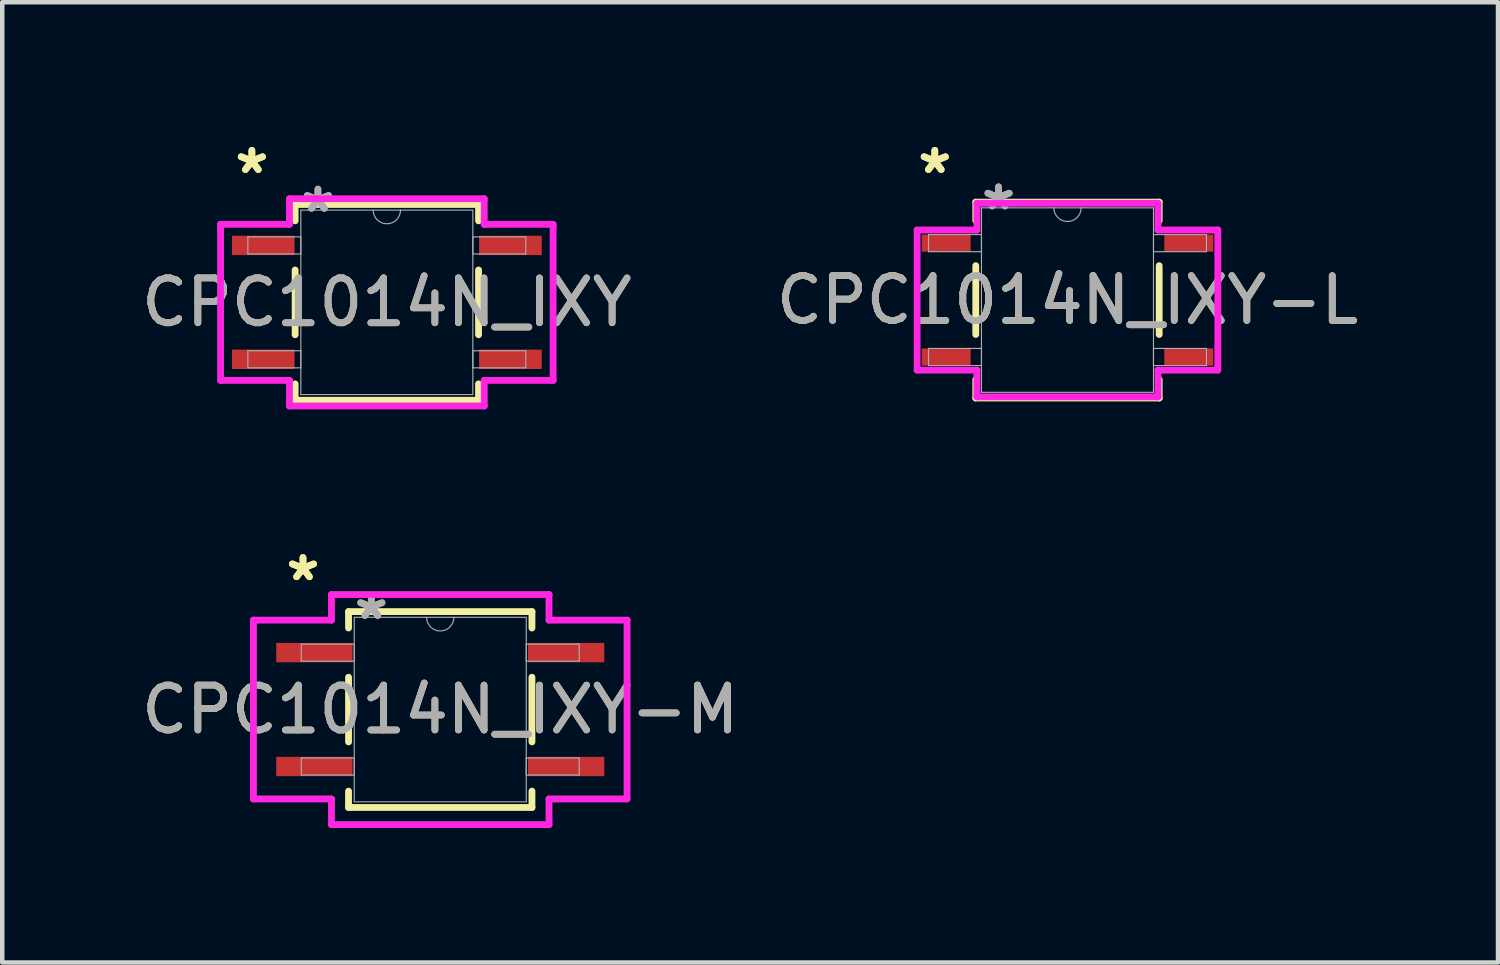
<source format=kicad_pcb>
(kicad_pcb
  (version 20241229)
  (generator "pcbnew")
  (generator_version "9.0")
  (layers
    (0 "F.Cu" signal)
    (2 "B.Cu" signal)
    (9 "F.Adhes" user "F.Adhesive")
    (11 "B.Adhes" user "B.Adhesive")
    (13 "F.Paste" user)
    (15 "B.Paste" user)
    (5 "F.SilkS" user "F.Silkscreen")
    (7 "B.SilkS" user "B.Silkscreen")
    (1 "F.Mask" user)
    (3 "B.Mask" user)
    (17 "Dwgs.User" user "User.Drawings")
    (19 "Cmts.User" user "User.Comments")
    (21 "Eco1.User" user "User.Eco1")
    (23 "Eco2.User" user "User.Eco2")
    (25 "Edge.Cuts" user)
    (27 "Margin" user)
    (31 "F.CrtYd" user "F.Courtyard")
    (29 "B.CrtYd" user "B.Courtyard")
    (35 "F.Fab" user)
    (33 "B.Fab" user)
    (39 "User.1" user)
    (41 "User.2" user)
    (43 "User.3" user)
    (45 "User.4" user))
  (footprint "CPC1014N_IXY"
    (layer "F.Cu")
    (at 5.577 3.693)
    (property "Reference" "CPC1014N_IXY" (at 0 0 0) (unlocked yes) (layer "F.SilkS") (effects (font (size 1 1) (thickness 0.15))))
    (attr smd)
    (fp_line (start -2.045 -2.184) (end -2.045 -1.818) (stroke (width 0.152) (type solid)) (layer "F.SilkS"))
    (fp_line (start -2.045 -0.722) (end -2.045 0.722) (stroke (width 0.152) (type solid)) (layer "F.SilkS"))
    (fp_line (start -2.045 1.818) (end -2.045 2.184) (stroke (width 0.152) (type solid)) (layer "F.SilkS"))
    (fp_line (start -2.045 2.184) (end 2.045 2.184) (stroke (width 0.152) (type solid)) (layer "F.SilkS"))
    (fp_line (start 2.045 -2.184) (end -2.045 -2.184) (stroke (width 0.152) (type solid)) (layer "F.SilkS"))
    (fp_line (start 2.045 -1.818) (end 2.045 -2.184) (stroke (width 0.152) (type solid)) (layer "F.SilkS"))
    (fp_line (start 2.045 0.722) (end 2.045 -0.722) (stroke (width 0.152) (type solid)) (layer "F.SilkS"))
    (fp_line (start 2.045 2.184) (end 2.045 1.818) (stroke (width 0.152) (type solid)) (layer "F.SilkS"))
    (fp_line (start -3.708 -1.74) (end -2.172 -1.74) (stroke (width 0.152) (type solid)) (layer "F.CrtYd"))
    (fp_line (start -3.708 1.74) (end -3.708 -1.74) (stroke (width 0.152) (type solid)) (layer "F.CrtYd"))
    (fp_line (start -3.708 1.74) (end -2.172 1.74) (stroke (width 0.152) (type solid)) (layer "F.CrtYd"))
    (fp_line (start -2.172 -2.311) (end 2.172 -2.311) (stroke (width 0.152) (type solid)) (layer "F.CrtYd"))
    (fp_line (start -2.172 -1.74) (end -2.172 -2.311) (stroke (width 0.152) (type solid)) (layer "F.CrtYd"))
    (fp_line (start -2.172 2.311) (end -2.172 1.74) (stroke (width 0.152) (type solid)) (layer "F.CrtYd"))
    (fp_line (start 2.172 -2.311) (end 2.172 -1.74) (stroke (width 0.152) (type solid)) (layer "F.CrtYd"))
    (fp_line (start 2.172 1.74) (end 2.172 2.311) (stroke (width 0.152) (type solid)) (layer "F.CrtYd"))
    (fp_line (start 2.172 2.311) (end -2.172 2.311) (stroke (width 0.152) (type solid)) (layer "F.CrtYd"))
    (fp_line (start 3.708 -1.74) (end 2.172 -1.74) (stroke (width 0.152) (type solid)) (layer "F.CrtYd"))
    (fp_line (start 3.708 -1.74) (end 3.708 1.74) (stroke (width 0.152) (type solid)) (layer "F.CrtYd"))
    (fp_line (start 3.708 1.74) (end 2.172 1.74) (stroke (width 0.152) (type solid)) (layer "F.CrtYd"))
    (fp_line (start -3.099 -1.46) (end -3.099 -1.079) (stroke (width 0.025) (type solid)) (layer "F.Fab"))
    (fp_line (start -3.099 -1.079) (end -1.918 -1.079) (stroke (width 0.025) (type solid)) (layer "F.Fab"))
    (fp_line (start -3.099 1.079) (end -3.099 1.46) (stroke (width 0.025) (type solid)) (layer "F.Fab"))
    (fp_line (start -3.099 1.46) (end -1.918 1.46) (stroke (width 0.025) (type solid)) (layer "F.Fab"))
    (fp_line (start -1.918 -2.057) (end -1.918 2.057) (stroke (width 0.025) (type solid)) (layer "F.Fab"))
    (fp_line (start -1.918 -1.46) (end -3.099 -1.46) (stroke (width 0.025) (type solid)) (layer "F.Fab"))
    (fp_line (start -1.918 -1.079) (end -1.918 -1.46) (stroke (width 0.025) (type solid)) (layer "F.Fab"))
    (fp_line (start -1.918 1.079) (end -3.099 1.079) (stroke (width 0.025) (type solid)) (layer "F.Fab"))
    (fp_line (start -1.918 1.46) (end -1.918 1.079) (stroke (width 0.025) (type solid)) (layer "F.Fab"))
    (fp_line (start -1.918 2.057) (end 1.918 2.057) (stroke (width 0.025) (type solid)) (layer "F.Fab"))
    (fp_line (start 1.918 -2.057) (end -1.918 -2.057) (stroke (width 0.025) (type solid)) (layer "F.Fab"))
    (fp_line (start 1.918 -1.46) (end 1.918 -1.079) (stroke (width 0.025) (type solid)) (layer "F.Fab"))
    (fp_line (start 1.918 -1.079) (end 3.099 -1.079) (stroke (width 0.025) (type solid)) (layer "F.Fab"))
    (fp_line (start 1.918 1.079) (end 1.918 1.46) (stroke (width 0.025) (type solid)) (layer "F.Fab"))
    (fp_line (start 1.918 1.46) (end 3.099 1.46) (stroke (width 0.025) (type solid)) (layer "F.Fab"))
    (fp_line (start 1.918 2.057) (end 1.918 -2.057) (stroke (width 0.025) (type solid)) (layer "F.Fab"))
    (fp_line (start 3.099 -1.46) (end 1.918 -1.46) (stroke (width 0.025) (type solid)) (layer "F.Fab"))
    (fp_line (start 3.099 -1.079) (end 3.099 -1.46) (stroke (width 0.025) (type solid)) (layer "F.Fab"))
    (fp_line (start 3.099 1.079) (end 1.918 1.079) (stroke (width 0.025) (type solid)) (layer "F.Fab"))
    (fp_line (start 3.099 1.46) (end 3.099 1.079) (stroke (width 0.025) (type solid)) (layer "F.Fab"))
    (fp_arc (start 0.3048 -2.0574) (mid 0 -1.7526) (end -0.3048 -2.0574) (stroke (width 0.0254) (type solid)) (layer "F.Fab"))
    (fp_text user "*" (at -3.01 -2.845 0) (unlocked yes) (layer "F.SilkS") (effects (font (size 1 1) (thickness 0.15))))
    (fp_text user "*" (at -3.01 -2.845 0) (layer "F.SilkS") (effects (font (size 1 1) (thickness 0.15))))
    (fp_text user "*" (at -1.537 -1.981 0) (unlocked yes) (layer "F.Fab") (effects (font (size 1 1) (thickness 0.15))))
    (fp_text user "${REFERENCE}" (at 0 0 0) (unlocked yes) (layer "F.Fab") (effects (font (size 1 1) (thickness 0.15))))
    (fp_text user "*" (at -1.537 -1.981 0) (layer "F.Fab") (effects (font (size 1 1) (thickness 0.15))))
    (pad "1" smd rect (at -2.756 -1.27) (size 1.397 0.432) (layers "F.Cu" "F.Mask" "F.Paste"))
    (pad "2" smd rect (at -2.756 1.27) (size 1.397 0.432) (layers "F.Cu" "F.Mask" "F.Paste"))
    (pad "3" smd rect (at 2.756 1.27) (size 1.397 0.432) (layers "F.Cu" "F.Mask" "F.Paste"))
    (pad "4" smd rect (at 2.756 -1.27) (size 1.397 0.432) (layers "F.Cu" "F.Mask" "F.Paste")))
  (footprint "CPC1014N_IXY-L"
    (layer "F.Cu")
    (at 20.756 3.642)
    (property "Reference" "CPC1014N_IXY-L" (at 0 0 0) (unlocked yes) (layer "F.SilkS") (effects (font (size 1 1) (thickness 0.15))))
    (attr smd)
    (fp_line (start -2.045 -2.184) (end -2.045 -1.773) (stroke (width 0.152) (type solid)) (layer "F.SilkS"))
    (fp_line (start -2.045 -0.767) (end -2.045 0.767) (stroke (width 0.152) (type solid)) (layer "F.SilkS"))
    (fp_line (start -2.045 1.773) (end -2.045 2.184) (stroke (width 0.152) (type solid)) (layer "F.SilkS"))
    (fp_line (start -2.045 2.184) (end 2.045 2.184) (stroke (width 0.152) (type solid)) (layer "F.SilkS"))
    (fp_line (start 2.045 -2.184) (end -2.045 -2.184) (stroke (width 0.152) (type solid)) (layer "F.SilkS"))
    (fp_line (start 2.045 -1.773) (end 2.045 -2.184) (stroke (width 0.152) (type solid)) (layer "F.SilkS"))
    (fp_line (start 2.045 0.767) (end 2.045 -0.767) (stroke (width 0.152) (type solid)) (layer "F.SilkS"))
    (fp_line (start 2.045 2.184) (end 2.045 1.773) (stroke (width 0.152) (type solid)) (layer "F.SilkS"))
    (fp_line (start -3.353 -1.562) (end -2.019 -1.562) (stroke (width 0.152) (type solid)) (layer "F.CrtYd"))
    (fp_line (start -3.353 1.562) (end -3.353 -1.562) (stroke (width 0.152) (type solid)) (layer "F.CrtYd"))
    (fp_line (start -3.353 1.562) (end -2.019 1.562) (stroke (width 0.152) (type solid)) (layer "F.CrtYd"))
    (fp_line (start -2.019 -2.159) (end 2.019 -2.159) (stroke (width 0.152) (type solid)) (layer "F.CrtYd"))
    (fp_line (start -2.019 -1.562) (end -2.019 -2.159) (stroke (width 0.152) (type solid)) (layer "F.CrtYd"))
    (fp_line (start -2.019 2.159) (end -2.019 1.562) (stroke (width 0.152) (type solid)) (layer "F.CrtYd"))
    (fp_line (start 2.019 -2.159) (end 2.019 -1.562) (stroke (width 0.152) (type solid)) (layer "F.CrtYd"))
    (fp_line (start 2.019 1.562) (end 2.019 2.159) (stroke (width 0.152) (type solid)) (layer "F.CrtYd"))
    (fp_line (start 2.019 2.159) (end -2.019 2.159) (stroke (width 0.152) (type solid)) (layer "F.CrtYd"))
    (fp_line (start 3.353 -1.562) (end 2.019 -1.562) (stroke (width 0.152) (type solid)) (layer "F.CrtYd"))
    (fp_line (start 3.353 -1.562) (end 3.353 1.562) (stroke (width 0.152) (type solid)) (layer "F.CrtYd"))
    (fp_line (start 3.353 1.562) (end 2.019 1.562) (stroke (width 0.152) (type solid)) (layer "F.CrtYd"))
    (fp_line (start -3.099 -1.46) (end -3.099 -1.079) (stroke (width 0.025) (type solid)) (layer "F.Fab"))
    (fp_line (start -3.099 -1.079) (end -1.918 -1.079) (stroke (width 0.025) (type solid)) (layer "F.Fab"))
    (fp_line (start -3.099 1.079) (end -3.099 1.46) (stroke (width 0.025) (type solid)) (layer "F.Fab"))
    (fp_line (start -3.099 1.46) (end -1.918 1.46) (stroke (width 0.025) (type solid)) (layer "F.Fab"))
    (fp_line (start -1.918 -2.057) (end -1.918 2.057) (stroke (width 0.025) (type solid)) (layer "F.Fab"))
    (fp_line (start -1.918 -1.46) (end -3.099 -1.46) (stroke (width 0.025) (type solid)) (layer "F.Fab"))
    (fp_line (start -1.918 -1.079) (end -1.918 -1.46) (stroke (width 0.025) (type solid)) (layer "F.Fab"))
    (fp_line (start -1.918 1.079) (end -3.099 1.079) (stroke (width 0.025) (type solid)) (layer "F.Fab"))
    (fp_line (start -1.918 1.46) (end -1.918 1.079) (stroke (width 0.025) (type solid)) (layer "F.Fab"))
    (fp_line (start -1.918 2.057) (end 1.918 2.057) (stroke (width 0.025) (type solid)) (layer "F.Fab"))
    (fp_line (start 1.918 -2.057) (end -1.918 -2.057) (stroke (width 0.025) (type solid)) (layer "F.Fab"))
    (fp_line (start 1.918 -1.46) (end 1.918 -1.079) (stroke (width 0.025) (type solid)) (layer "F.Fab"))
    (fp_line (start 1.918 -1.079) (end 3.099 -1.079) (stroke (width 0.025) (type solid)) (layer "F.Fab"))
    (fp_line (start 1.918 1.079) (end 1.918 1.46) (stroke (width 0.025) (type solid)) (layer "F.Fab"))
    (fp_line (start 1.918 1.46) (end 3.099 1.46) (stroke (width 0.025) (type solid)) (layer "F.Fab"))
    (fp_line (start 1.918 2.057) (end 1.918 -2.057) (stroke (width 0.025) (type solid)) (layer "F.Fab"))
    (fp_line (start 3.099 -1.46) (end 1.918 -1.46) (stroke (width 0.025) (type solid)) (layer "F.Fab"))
    (fp_line (start 3.099 -1.079) (end 3.099 -1.46) (stroke (width 0.025) (type solid)) (layer "F.Fab"))
    (fp_line (start 3.099 1.079) (end 1.918 1.079) (stroke (width 0.025) (type solid)) (layer "F.Fab"))
    (fp_line (start 3.099 1.46) (end 3.099 1.079) (stroke (width 0.025) (type solid)) (layer "F.Fab"))
    (fp_arc (start 0.3048 -2.0574) (mid 0 -1.7526) (end -0.3048 -2.0574) (stroke (width 0.0254) (type solid)) (layer "F.Fab"))
    (fp_text user "*" (at -2.959 -2.794 0) (unlocked yes) (layer "F.SilkS") (effects (font (size 1 1) (thickness 0.15))))
    (fp_text user "*" (at -2.959 -2.794 0) (layer "F.SilkS") (effects (font (size 1 1) (thickness 0.15))))
    (fp_text user "${REFERENCE}" (at 0 0 0) (unlocked yes) (layer "F.Fab") (effects (font (size 1 1) (thickness 0.15))))
    (fp_text user "*" (at -1.537 -1.981 0) (layer "F.Fab") (effects (font (size 1 1) (thickness 0.15))))
    (fp_text user "*" (at -1.537 -1.981 0) (unlocked yes) (layer "F.Fab") (effects (font (size 1 1) (thickness 0.15))))
    (pad "1" smd rect (at -2.705 -1.27) (size 1.092 0.381) (layers "F.Cu" "F.Mask" "F.Paste"))
    (pad "2" smd rect (at -2.705 1.27) (size 1.092 0.381) (layers "F.Cu" "F.Mask" "F.Paste"))
    (pad "3" smd rect (at 2.705 1.27) (size 1.092 0.381) (layers "F.Cu" "F.Mask" "F.Paste"))
    (pad "4" smd rect (at 2.705 -1.27) (size 1.092 0.381) (layers "F.Cu" "F.Mask" "F.Paste")))
  (footprint "CPC1014N_IXY-M"
    (layer "F.Cu")
    (at 6.768 12.774)
    (property "Reference" "CPC1014N_IXY-M" (at 0 0 0) (unlocked yes) (layer "F.SilkS") (effects (font (size 1 1) (thickness 0.15))))
    (attr smd)
    (fp_line (start -2.045 -2.184) (end -2.045 -1.819) (stroke (width 0.152) (type solid)) (layer "F.SilkS"))
    (fp_line (start -2.045 -0.721) (end -2.045 0.721) (stroke (width 0.152) (type solid)) (layer "F.SilkS"))
    (fp_line (start -2.045 1.819) (end -2.045 2.184) (stroke (width 0.152) (type solid)) (layer "F.SilkS"))
    (fp_line (start -2.045 2.184) (end 2.045 2.184) (stroke (width 0.152) (type solid)) (layer "F.SilkS"))
    (fp_line (start 2.045 -2.184) (end -2.045 -2.184) (stroke (width 0.152) (type solid)) (layer "F.SilkS"))
    (fp_line (start 2.045 -1.819) (end 2.045 -2.184) (stroke (width 0.152) (type solid)) (layer "F.SilkS"))
    (fp_line (start 2.045 0.721) (end 2.045 -0.721) (stroke (width 0.152) (type solid)) (layer "F.SilkS"))
    (fp_line (start 2.045 2.184) (end 2.045 1.819) (stroke (width 0.152) (type solid)) (layer "F.SilkS"))
    (fp_line (start -4.166 -1.994) (end -2.426 -1.994) (stroke (width 0.152) (type solid)) (layer "F.CrtYd"))
    (fp_line (start -4.166 1.994) (end -4.166 -1.994) (stroke (width 0.152) (type solid)) (layer "F.CrtYd"))
    (fp_line (start -4.166 1.994) (end -2.426 1.994) (stroke (width 0.152) (type solid)) (layer "F.CrtYd"))
    (fp_line (start -2.426 -2.565) (end 2.426 -2.565) (stroke (width 0.152) (type solid)) (layer "F.CrtYd"))
    (fp_line (start -2.426 -1.994) (end -2.426 -2.565) (stroke (width 0.152) (type solid)) (layer "F.CrtYd"))
    (fp_line (start -2.426 2.565) (end -2.426 1.994) (stroke (width 0.152) (type solid)) (layer "F.CrtYd"))
    (fp_line (start 2.426 -2.565) (end 2.426 -1.994) (stroke (width 0.152) (type solid)) (layer "F.CrtYd"))
    (fp_line (start 2.426 1.994) (end 2.426 2.565) (stroke (width 0.152) (type solid)) (layer "F.CrtYd"))
    (fp_line (start 2.426 2.565) (end -2.426 2.565) (stroke (width 0.152) (type solid)) (layer "F.CrtYd"))
    (fp_line (start 4.166 -1.994) (end 2.426 -1.994) (stroke (width 0.152) (type solid)) (layer "F.CrtYd"))
    (fp_line (start 4.166 -1.994) (end 4.166 1.994) (stroke (width 0.152) (type solid)) (layer "F.CrtYd"))
    (fp_line (start 4.166 1.994) (end 2.426 1.994) (stroke (width 0.152) (type solid)) (layer "F.CrtYd"))
    (fp_line (start -3.099 -1.46) (end -3.099 -1.079) (stroke (width 0.025) (type solid)) (layer "F.Fab"))
    (fp_line (start -3.099 -1.079) (end -1.918 -1.079) (stroke (width 0.025) (type solid)) (layer "F.Fab"))
    (fp_line (start -3.099 1.079) (end -3.099 1.46) (stroke (width 0.025) (type solid)) (layer "F.Fab"))
    (fp_line (start -3.099 1.46) (end -1.918 1.46) (stroke (width 0.025) (type solid)) (layer "F.Fab"))
    (fp_line (start -1.918 -2.057) (end -1.918 2.057) (stroke (width 0.025) (type solid)) (layer "F.Fab"))
    (fp_line (start -1.918 -1.46) (end -3.099 -1.46) (stroke (width 0.025) (type solid)) (layer "F.Fab"))
    (fp_line (start -1.918 -1.079) (end -1.918 -1.46) (stroke (width 0.025) (type solid)) (layer "F.Fab"))
    (fp_line (start -1.918 1.079) (end -3.099 1.079) (stroke (width 0.025) (type solid)) (layer "F.Fab"))
    (fp_line (start -1.918 1.46) (end -1.918 1.079) (stroke (width 0.025) (type solid)) (layer "F.Fab"))
    (fp_line (start -1.918 2.057) (end 1.918 2.057) (stroke (width 0.025) (type solid)) (layer "F.Fab"))
    (fp_line (start 1.918 -2.057) (end -1.918 -2.057) (stroke (width 0.025) (type solid)) (layer "F.Fab"))
    (fp_line (start 1.918 -1.46) (end 1.918 -1.079) (stroke (width 0.025) (type solid)) (layer "F.Fab"))
    (fp_line (start 1.918 -1.079) (end 3.099 -1.079) (stroke (width 0.025) (type solid)) (layer "F.Fab"))
    (fp_line (start 1.918 1.079) (end 1.918 1.46) (stroke (width 0.025) (type solid)) (layer "F.Fab"))
    (fp_line (start 1.918 1.46) (end 3.099 1.46) (stroke (width 0.025) (type solid)) (layer "F.Fab"))
    (fp_line (start 1.918 2.057) (end 1.918 -2.057) (stroke (width 0.025) (type solid)) (layer "F.Fab"))
    (fp_line (start 3.099 -1.46) (end 1.918 -1.46) (stroke (width 0.025) (type solid)) (layer "F.Fab"))
    (fp_line (start 3.099 -1.079) (end 3.099 -1.46) (stroke (width 0.025) (type solid)) (layer "F.Fab"))
    (fp_line (start 3.099 1.079) (end 1.918 1.079) (stroke (width 0.025) (type solid)) (layer "F.Fab"))
    (fp_line (start 3.099 1.46) (end 3.099 1.079) (stroke (width 0.025) (type solid)) (layer "F.Fab"))
    (fp_arc (start 0.3048 -2.0574) (mid 0 -1.7526) (end -0.3048 -2.0574) (stroke (width 0.0254) (type solid)) (layer "F.Fab"))
    (fp_text user "*" (at -3.061 -2.845 0) (unlocked yes) (layer "F.SilkS") (effects (font (size 1 1) (thickness 0.15))))
    (fp_text user "*" (at -3.061 -2.845 0) (layer "F.SilkS") (effects (font (size 1 1) (thickness 0.15))))
    (fp_text user "*" (at -1.537 -1.981 0) (layer "F.Fab") (effects (font (size 1 1) (thickness 0.15))))
    (fp_text user "${REFERENCE}" (at 0 0 0) (unlocked yes) (layer "F.Fab") (effects (font (size 1 1) (thickness 0.15))))
    (fp_text user "*" (at -1.537 -1.981 0) (unlocked yes) (layer "F.Fab") (effects (font (size 1 1) (thickness 0.15))))
    (pad "1" smd rect (at -2.807 -1.27) (size 1.702 0.432) (layers "F.Cu" "F.Mask" "F.Paste"))
    (pad "2" smd rect (at -2.807 1.27) (size 1.702 0.432) (layers "F.Cu" "F.Mask" "F.Paste"))
    (pad "3" smd rect (at 2.807 1.27) (size 1.702 0.432) (layers "F.Cu" "F.Mask" "F.Paste"))
    (pad "4" smd rect (at 2.807 -1.27) (size 1.702 0.432) (layers "F.Cu" "F.Mask" "F.Paste")))
  (gr_rect
    (start -3 -3)
    (end 30.357 18.415)
    (stroke (width 0.1) (type default))
    (fill no)
    (layer "Edge.Cuts")))
</source>
